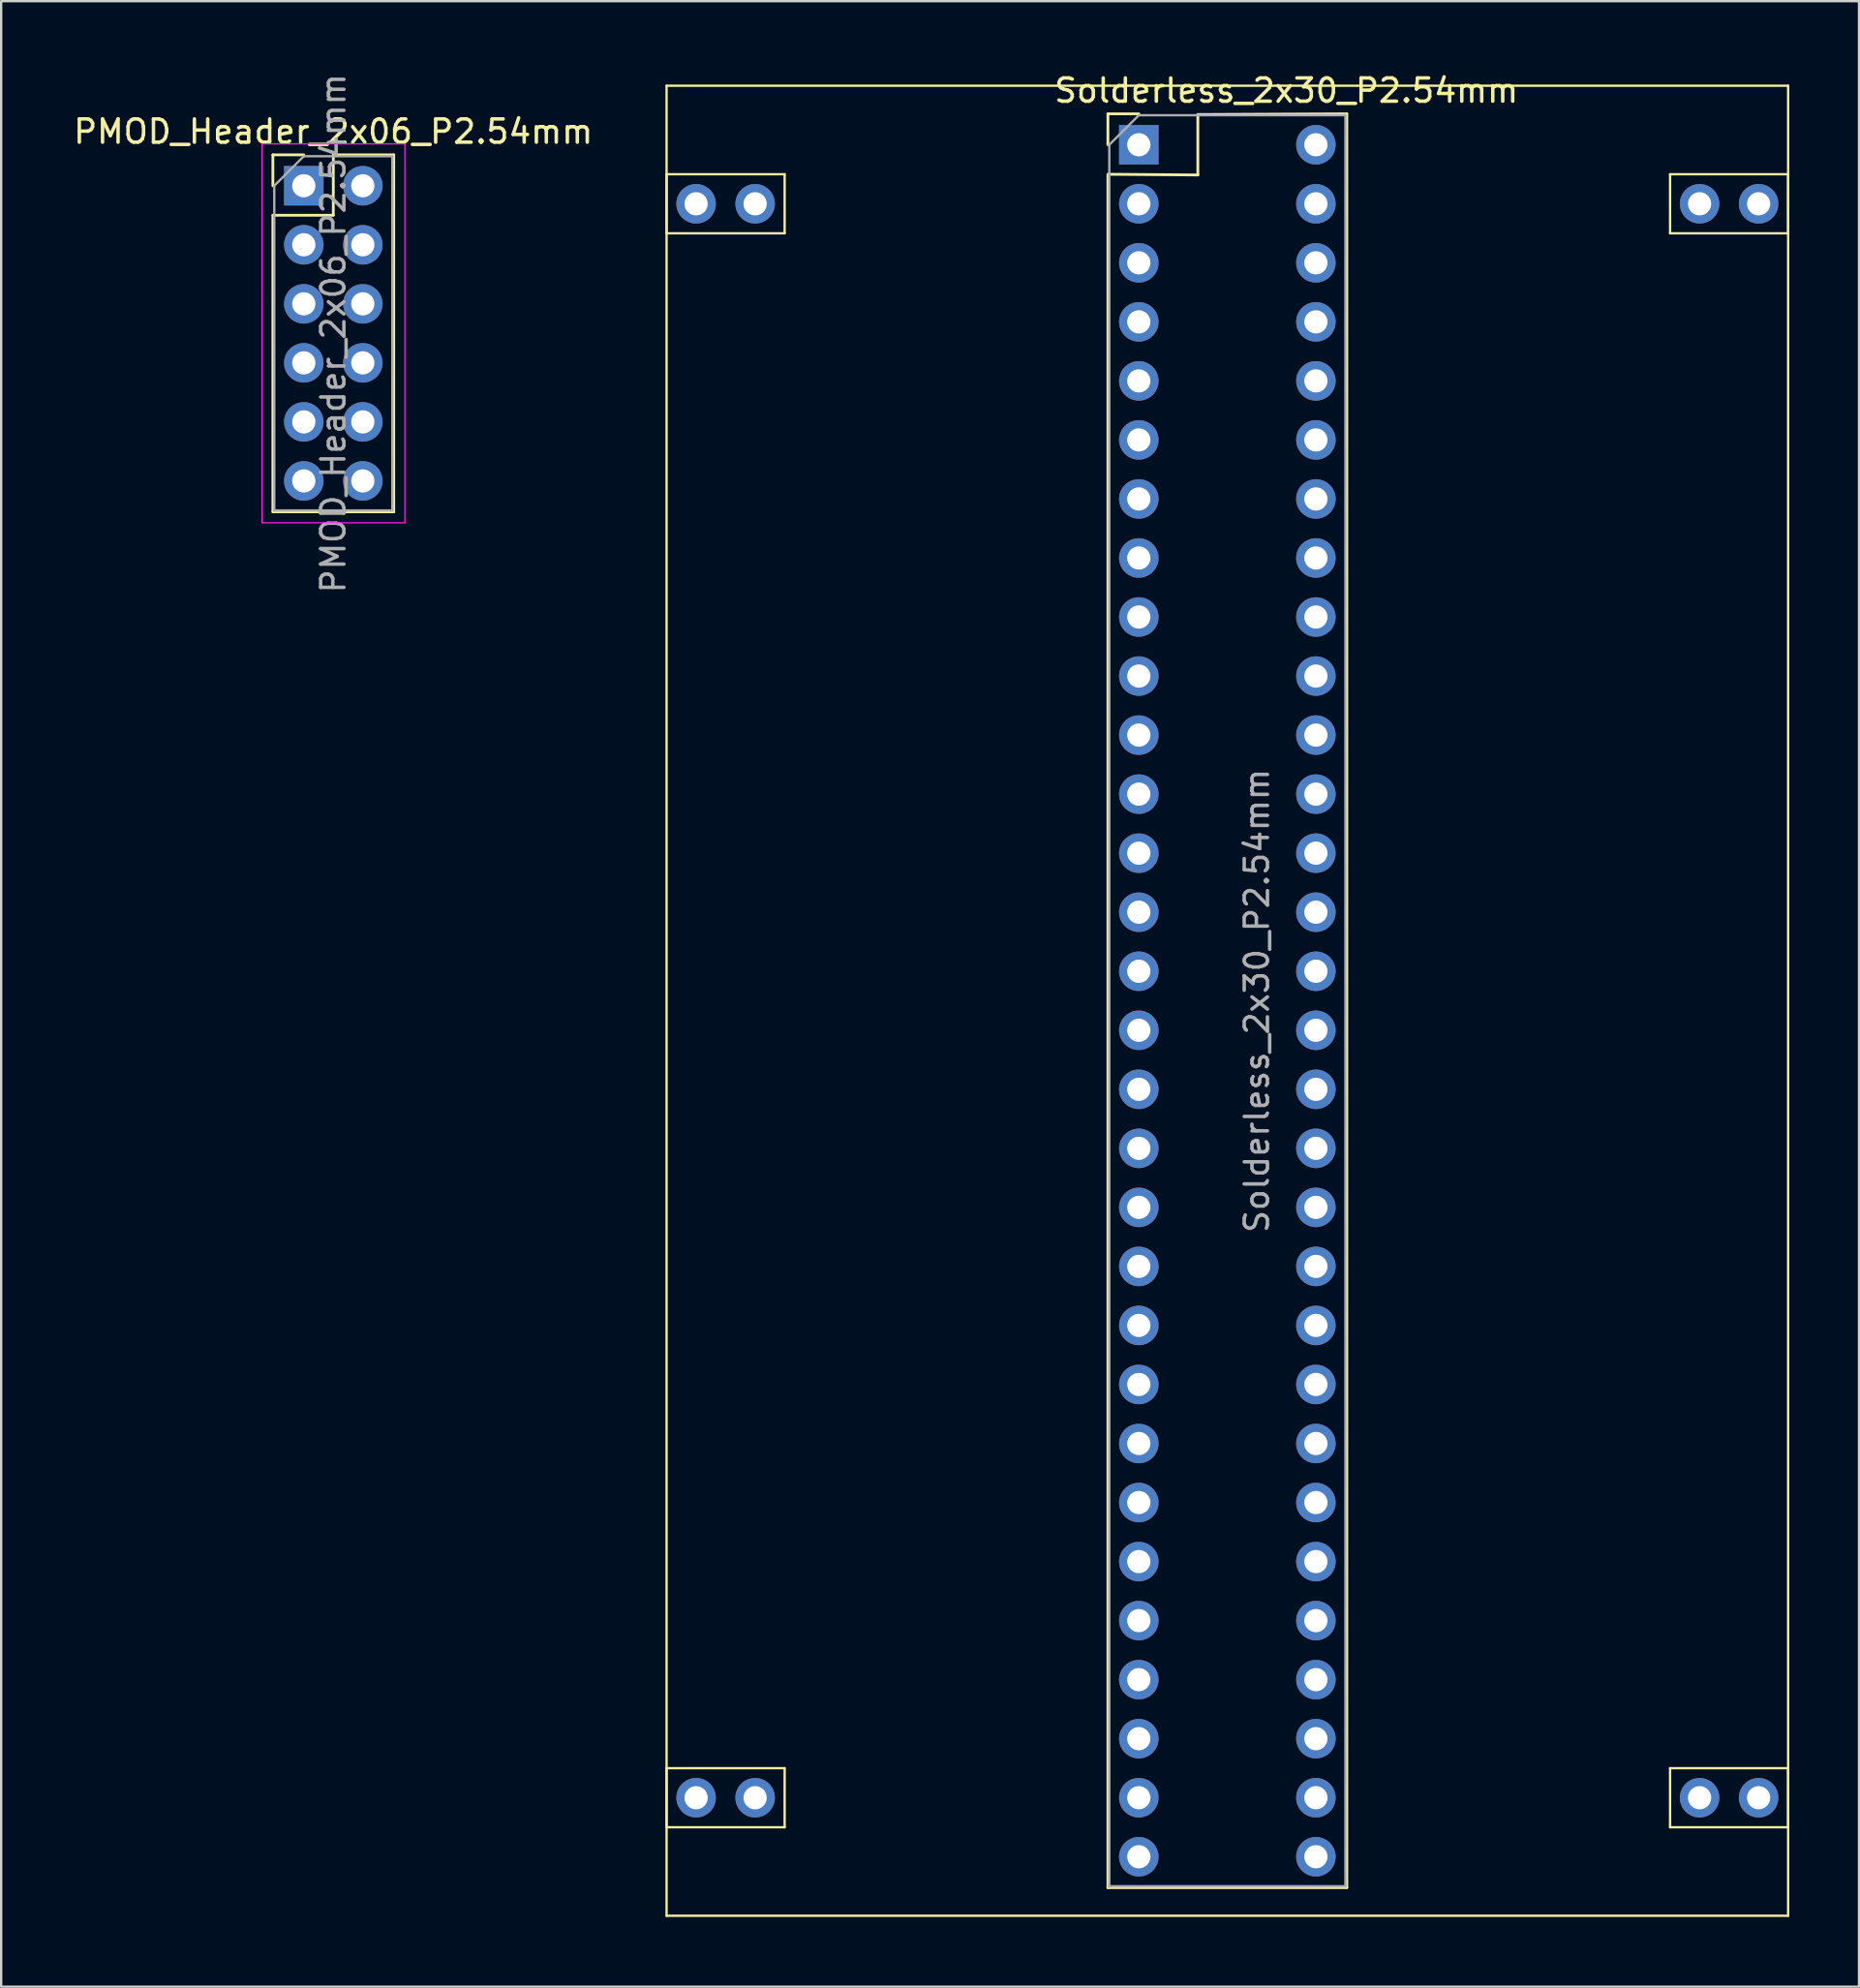
<source format=kicad_pcb>
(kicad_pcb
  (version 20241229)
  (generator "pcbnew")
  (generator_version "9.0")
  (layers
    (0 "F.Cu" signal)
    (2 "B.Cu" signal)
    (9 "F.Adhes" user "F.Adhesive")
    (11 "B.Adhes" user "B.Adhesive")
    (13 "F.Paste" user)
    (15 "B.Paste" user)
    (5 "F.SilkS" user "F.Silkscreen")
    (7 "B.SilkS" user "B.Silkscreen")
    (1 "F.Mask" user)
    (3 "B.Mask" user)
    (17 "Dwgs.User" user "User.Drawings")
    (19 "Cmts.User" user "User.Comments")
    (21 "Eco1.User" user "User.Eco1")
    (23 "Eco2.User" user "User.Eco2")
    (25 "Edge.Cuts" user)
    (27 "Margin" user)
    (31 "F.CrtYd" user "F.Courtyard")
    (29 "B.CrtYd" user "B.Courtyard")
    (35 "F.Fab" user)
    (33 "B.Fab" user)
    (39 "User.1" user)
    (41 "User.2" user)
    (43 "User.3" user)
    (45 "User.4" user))
  (footprint "PMOD_Header_2x06_P2.54mm"
    (layer "F.Cu")
    (at 10.022 4.942)
    (property "Reference" "PMOD_Header_2x06_P2.54mm" (at 1.27 -2.33 0) (layer "F.SilkS") (effects (font (size 1 1) (thickness 0.15))))
    (attr through_hole)
    (fp_line (start -1.33 -1.33) (end 0 -1.33) (stroke (width 0.12) (type solid)) (layer "F.SilkS"))
    (fp_line (start -1.33 0) (end -1.33 -1.33) (stroke (width 0.12) (type solid)) (layer "F.SilkS"))
    (fp_line (start -1.33 1.27) (end -1.33 14.03) (stroke (width 0.12) (type solid)) (layer "F.SilkS"))
    (fp_line (start -1.33 1.27) (end 1.27 1.27) (stroke (width 0.12) (type solid)) (layer "F.SilkS"))
    (fp_line (start -1.33 14.03) (end 3.87 14.03) (stroke (width 0.12) (type solid)) (layer "F.SilkS"))
    (fp_line (start 1.27 -1.33) (end 3.87 -1.33) (stroke (width 0.12) (type solid)) (layer "F.SilkS"))
    (fp_line (start 1.27 1.27) (end 1.27 -1.33) (stroke (width 0.12) (type solid)) (layer "F.SilkS"))
    (fp_line (start 3.87 -1.33) (end 3.87 14.03) (stroke (width 0.12) (type solid)) (layer "F.SilkS"))
    (fp_line (start -1.8 -1.8) (end -1.8 14.5) (stroke (width 0.05) (type solid)) (layer "F.CrtYd"))
    (fp_line (start -1.8 14.5) (end 4.35 14.5) (stroke (width 0.05) (type solid)) (layer "F.CrtYd"))
    (fp_line (start 4.35 -1.8) (end -1.8 -1.8) (stroke (width 0.05) (type solid)) (layer "F.CrtYd"))
    (fp_line (start 4.35 14.5) (end 4.35 -1.8) (stroke (width 0.05) (type solid)) (layer "F.CrtYd"))
    (fp_line (start -1.27 0) (end 0 -1.27) (stroke (width 0.1) (type solid)) (layer "F.Fab"))
    (fp_line (start -1.27 13.97) (end -1.27 0) (stroke (width 0.1) (type solid)) (layer "F.Fab"))
    (fp_line (start 0 -1.27) (end 3.81 -1.27) (stroke (width 0.1) (type solid)) (layer "F.Fab"))
    (fp_line (start 3.81 -1.27) (end 3.81 13.97) (stroke (width 0.1) (type solid)) (layer "F.Fab"))
    (fp_line (start 3.81 13.97) (end -1.27 13.97) (stroke (width 0.1) (type solid)) (layer "F.Fab"))
    (fp_text user "${REFERENCE}" (at 1.27 6.35 90) (layer "F.Fab") (effects (font (size 1 1) (thickness 0.15))))
    (pad "1" thru_hole rect (at 0 0) (size 1.7 1.7) (drill 1) (layers "*.Cu" "*.Mask"))
    (pad "2" thru_hole oval (at 0 5.08) (size 1.7 1.7) (drill 1) (layers "*.Cu" "*.Mask"))
    (pad "3" thru_hole oval (at 0 2.54) (size 1.7 1.7) (drill 1) (layers "*.Cu" "*.Mask"))
    (pad "4" thru_hole oval (at 0 7.62) (size 1.7 1.7) (drill 1) (layers "*.Cu" "*.Mask"))
    (pad "5" thru_hole oval (at 0 10.16) (size 1.7 1.7) (drill 1) (layers "*.Cu" "*.Mask"))
    (pad "6" thru_hole oval (at 0 12.7) (size 1.7 1.7) (drill 1) (layers "*.Cu" "*.Mask"))
    (pad "7" thru_hole oval (at 2.54 0) (size 1.7 1.7) (drill 1) (layers "*.Cu" "*.Mask"))
    (pad "8" thru_hole oval (at 2.54 2.54) (size 1.7 1.7) (drill 1) (layers "*.Cu" "*.Mask"))
    (pad "9" thru_hole oval (at 2.54 5.08) (size 1.7 1.7) (drill 1) (layers "*.Cu" "*.Mask"))
    (pad "10" thru_hole oval (at 2.54 7.62) (size 1.7 1.7) (drill 1) (layers "*.Cu" "*.Mask"))
    (pad "11" thru_hole oval (at 2.54 10.16) (size 1.7 1.7) (drill 1) (layers "*.Cu" "*.Mask"))
    (pad "12" thru_hole oval (at 2.54 12.7) (size 1.7 1.7) (drill 1) (layers "*.Cu" "*.Mask")))
  (footprint "Solderless_2x30_P2.54mm"
    (layer "F.Cu")
    (at 45.953 3.178)
    (property "Reference" "Solderless_2x30_P2.54mm" (at 6.35 -2.33 0) (layer "F.SilkS") (effects (font (size 1 1) (thickness 0.15))))
    (attr through_hole)
    (fp_line (start -20.32 -2.54) (end -20.32 76.2) (stroke (width 0.1) (type default)) (layer "F.SilkS"))
    (fp_line (start -20.32 1.27) (end -20.32 3.81) (stroke (width 0.1) (type default)) (layer "F.SilkS"))
    (fp_line (start -20.32 1.27) (end -15.24 1.27) (stroke (width 0.1) (type default)) (layer "F.SilkS"))
    (fp_line (start -20.32 3.81) (end -15.24 3.81) (stroke (width 0.1) (type default)) (layer "F.SilkS"))
    (fp_line (start -20.32 69.85) (end -20.32 72.39) (stroke (width 0.1) (type default)) (layer "F.SilkS"))
    (fp_line (start -20.32 69.85) (end -15.24 69.85) (stroke (width 0.1) (type default)) (layer "F.SilkS"))
    (fp_line (start -20.32 72.39) (end -15.24 72.39) (stroke (width 0.1) (type default)) (layer "F.SilkS"))
    (fp_line (start -20.32 76.2) (end 27.94 76.2) (stroke (width 0.1) (type default)) (layer "F.SilkS"))
    (fp_line (start -15.24 1.27) (end -15.24 3.81) (stroke (width 0.1) (type default)) (layer "F.SilkS"))
    (fp_line (start -15.24 69.85) (end -15.24 72.39) (stroke (width 0.1) (type default)) (layer "F.SilkS"))
    (fp_line (start -1.33 -1.33) (end 0 -1.33) (stroke (width 0.12) (type solid)) (layer "F.SilkS"))
    (fp_line (start -1.33 0) (end -1.33 -1.33) (stroke (width 0.12) (type solid)) (layer "F.SilkS"))
    (fp_line (start -1.33 1.27) (end -1.33 74.99) (stroke (width 0.12) (type solid)) (layer "F.SilkS"))
    (fp_line (start -1.33 74.99) (end 8.95 74.99) (stroke (width 0.12) (type solid)) (layer "F.SilkS"))
    (fp_line (start -1.3 1.27) (end 2.54 1.3) (stroke (width 0.12) (type solid)) (layer "F.SilkS"))
    (fp_line (start 2.54 -1.3) (end 8.95 -1.33) (stroke (width 0.12) (type solid)) (layer "F.SilkS"))
    (fp_line (start 2.54 1.3) (end 2.54 -1.3) (stroke (width 0.12) (type solid)) (layer "F.SilkS"))
    (fp_line (start 8.95 -1.33) (end 8.95 74.99) (stroke (width 0.12) (type solid)) (layer "F.SilkS"))
    (fp_line (start 22.86 1.27) (end 22.86 3.81) (stroke (width 0.1) (type default)) (layer "F.SilkS"))
    (fp_line (start 22.86 1.27) (end 27.94 1.27) (stroke (width 0.1) (type default)) (layer "F.SilkS"))
    (fp_line (start 22.86 3.81) (end 27.94 3.81) (stroke (width 0.1) (type default)) (layer "F.SilkS"))
    (fp_line (start 22.86 69.85) (end 22.86 72.39) (stroke (width 0.1) (type default)) (layer "F.SilkS"))
    (fp_line (start 22.86 69.85) (end 27.94 69.85) (stroke (width 0.1) (type default)) (layer "F.SilkS"))
    (fp_line (start 22.86 72.39) (end 27.94 72.39) (stroke (width 0.1) (type default)) (layer "F.SilkS"))
    (fp_line (start 27.94 -2.54) (end -20.32 -2.54) (stroke (width 0.1) (type default)) (layer "F.SilkS"))
    (fp_line (start 27.94 1.27) (end 27.94 3.81) (stroke (width 0.1) (type default)) (layer "F.SilkS"))
    (fp_line (start 27.94 69.85) (end 27.94 72.39) (stroke (width 0.1) (type default)) (layer "F.SilkS"))
    (fp_line (start 27.94 76.2) (end 27.94 -2.54) (stroke (width 0.1) (type default)) (layer "F.SilkS"))
    (fp_line (start -1.27 0) (end 0 -1.27) (stroke (width 0.1) (type solid)) (layer "F.Fab"))
    (fp_line (start -1.27 74.93) (end -1.27 0) (stroke (width 0.1) (type solid)) (layer "F.Fab"))
    (fp_line (start 0 -1.27) (end 8.89 -1.27) (stroke (width 0.1) (type solid)) (layer "F.Fab"))
    (fp_line (start 8.89 -1.27) (end 8.89 74.93) (stroke (width 0.1) (type solid)) (layer "F.Fab"))
    (fp_line (start 8.89 74.93) (end -1.27 74.93) (stroke (width 0.1) (type solid)) (layer "F.Fab"))
    (fp_text user "${REFERENCE}" (at 5.08 36.83 90) (layer "F.Fab") (effects (font (size 1 1) (thickness 0.15))))
    (pad "1" thru_hole rect (at 0 0) (size 1.7 1.7) (drill 1) (layers "*.Cu" "*.Mask"))
    (pad "2" thru_hole oval (at 0 2.54) (size 1.7 1.7) (drill 1) (layers "*.Cu" "*.Mask"))
    (pad "3" thru_hole oval (at 0 5.08) (size 1.7 1.7) (drill 1) (layers "*.Cu" "*.Mask"))
    (pad "4" thru_hole oval (at 0 7.62) (size 1.7 1.7) (drill 1) (layers "*.Cu" "*.Mask"))
    (pad "5" thru_hole oval (at 0 10.16) (size 1.7 1.7) (drill 1) (layers "*.Cu" "*.Mask"))
    (pad "6" thru_hole oval (at 0 12.7) (size 1.7 1.7) (drill 1) (layers "*.Cu" "*.Mask"))
    (pad "7" thru_hole oval (at 0 15.24) (size 1.7 1.7) (drill 1) (layers "*.Cu" "*.Mask"))
    (pad "8" thru_hole oval (at 0 17.78) (size 1.7 1.7) (drill 1) (layers "*.Cu" "*.Mask"))
    (pad "9" thru_hole oval (at 0 20.32) (size 1.7 1.7) (drill 1) (layers "*.Cu" "*.Mask"))
    (pad "10" thru_hole oval (at 0 22.86) (size 1.7 1.7) (drill 1) (layers "*.Cu" "*.Mask"))
    (pad "11" thru_hole oval (at 0 25.4) (size 1.7 1.7) (drill 1) (layers "*.Cu" "*.Mask"))
    (pad "12" thru_hole oval (at 0 27.94) (size 1.7 1.7) (drill 1) (layers "*.Cu" "*.Mask"))
    (pad "13" thru_hole oval (at 0 30.48) (size 1.7 1.7) (drill 1) (layers "*.Cu" "*.Mask"))
    (pad "14" thru_hole oval (at 0 33.02) (size 1.7 1.7) (drill 1) (layers "*.Cu" "*.Mask"))
    (pad "15" thru_hole oval (at 0 35.56) (size 1.7 1.7) (drill 1) (layers "*.Cu" "*.Mask"))
    (pad "16" thru_hole oval (at 0 38.1) (size 1.7 1.7) (drill 1) (layers "*.Cu" "*.Mask"))
    (pad "17" thru_hole oval (at 0 40.64) (size 1.7 1.7) (drill 1) (layers "*.Cu" "*.Mask"))
    (pad "18" thru_hole oval (at 0 43.18) (size 1.7 1.7) (drill 1) (layers "*.Cu" "*.Mask"))
    (pad "19" thru_hole oval (at 0 45.72) (size 1.7 1.7) (drill 1) (layers "*.Cu" "*.Mask"))
    (pad "20" thru_hole oval (at 0 48.26) (size 1.7 1.7) (drill 1) (layers "*.Cu" "*.Mask"))
    (pad "21" thru_hole oval (at 0 50.8) (size 1.7 1.7) (drill 1) (layers "*.Cu" "*.Mask"))
    (pad "22" thru_hole oval (at 0 53.34) (size 1.7 1.7) (drill 1) (layers "*.Cu" "*.Mask"))
    (pad "23" thru_hole oval (at 0 55.88) (size 1.7 1.7) (drill 1) (layers "*.Cu" "*.Mask"))
    (pad "24" thru_hole oval (at 0 58.42) (size 1.7 1.7) (drill 1) (layers "*.Cu" "*.Mask"))
    (pad "25" thru_hole oval (at 0 60.96) (size 1.7 1.7) (drill 1) (layers "*.Cu" "*.Mask"))
    (pad "26" thru_hole oval (at 0 63.5) (size 1.7 1.7) (drill 1) (layers "*.Cu" "*.Mask"))
    (pad "27" thru_hole oval (at 0 66.04) (size 1.7 1.7) (drill 1) (layers "*.Cu" "*.Mask"))
    (pad "28" thru_hole oval (at 0 68.58) (size 1.7 1.7) (drill 1) (layers "*.Cu" "*.Mask"))
    (pad "29" thru_hole oval (at 0 71.12) (size 1.7 1.7) (drill 1) (layers "*.Cu" "*.Mask"))
    (pad "30" thru_hole oval (at 0 73.66) (size 1.7 1.7) (drill 1) (layers "*.Cu" "*.Mask"))
    (pad "31" thru_hole oval (at 7.62 0) (size 1.7 1.7) (drill 1) (layers "*.Cu" "*.Mask"))
    (pad "32" thru_hole oval (at 7.62 2.54) (size 1.7 1.7) (drill 1) (layers "*.Cu" "*.Mask"))
    (pad "33" thru_hole oval (at 7.62 5.08) (size 1.7 1.7) (drill 1) (layers "*.Cu" "*.Mask"))
    (pad "34" thru_hole oval (at 7.62 7.62) (size 1.7 1.7) (drill 1) (layers "*.Cu" "*.Mask"))
    (pad "35" thru_hole oval (at 7.62 10.16) (size 1.7 1.7) (drill 1) (layers "*.Cu" "*.Mask"))
    (pad "36" thru_hole oval (at 7.62 12.7) (size 1.7 1.7) (drill 1) (layers "*.Cu" "*.Mask"))
    (pad "37" thru_hole oval (at 7.62 15.24) (size 1.7 1.7) (drill 1) (layers "*.Cu" "*.Mask"))
    (pad "38" thru_hole oval (at 7.62 17.78) (size 1.7 1.7) (drill 1) (layers "*.Cu" "*.Mask"))
    (pad "39" thru_hole oval (at 7.62 20.32) (size 1.7 1.7) (drill 1) (layers "*.Cu" "*.Mask"))
    (pad "40" thru_hole oval (at 7.62 22.86) (size 1.7 1.7) (drill 1) (layers "*.Cu" "*.Mask"))
    (pad "41" thru_hole oval (at 7.62 25.4) (size 1.7 1.7) (drill 1) (layers "*.Cu" "*.Mask"))
    (pad "42" thru_hole oval (at 7.62 27.94) (size 1.7 1.7) (drill 1) (layers "*.Cu" "*.Mask"))
    (pad "43" thru_hole oval (at 7.62 30.48) (size 1.7 1.7) (drill 1) (layers "*.Cu" "*.Mask"))
    (pad "44" thru_hole oval (at 7.62 33.02) (size 1.7 1.7) (drill 1) (layers "*.Cu" "*.Mask"))
    (pad "45" thru_hole oval (at 7.62 35.56) (size 1.7 1.7) (drill 1) (layers "*.Cu" "*.Mask"))
    (pad "46" thru_hole oval (at 7.62 38.1) (size 1.7 1.7) (drill 1) (layers "*.Cu" "*.Mask"))
    (pad "47" thru_hole oval (at 7.62 40.64) (size 1.7 1.7) (drill 1) (layers "*.Cu" "*.Mask"))
    (pad "48" thru_hole oval (at 7.62 43.18) (size 1.7 1.7) (drill 1) (layers "*.Cu" "*.Mask"))
    (pad "49" thru_hole oval (at 7.62 45.72) (size 1.7 1.7) (drill 1) (layers "*.Cu" "*.Mask"))
    (pad "50" thru_hole oval (at 7.62 48.26) (size 1.7 1.7) (drill 1) (layers "*.Cu" "*.Mask"))
    (pad "51" thru_hole oval (at 7.62 50.8) (size 1.7 1.7) (drill 1) (layers "*.Cu" "*.Mask"))
    (pad "52" thru_hole oval (at 7.62 53.34) (size 1.7 1.7) (drill 1) (layers "*.Cu" "*.Mask"))
    (pad "53" thru_hole oval (at 7.62 55.88) (size 1.7 1.7) (drill 1) (layers "*.Cu" "*.Mask"))
    (pad "54" thru_hole oval (at 7.62 58.42) (size 1.7 1.7) (drill 1) (layers "*.Cu" "*.Mask"))
    (pad "55" thru_hole oval (at 7.62 60.96) (size 1.7 1.7) (drill 1) (layers "*.Cu" "*.Mask"))
    (pad "56" thru_hole oval (at 7.62 63.5) (size 1.7 1.7) (drill 1) (layers "*.Cu" "*.Mask"))
    (pad "57" thru_hole oval (at 7.62 66.04) (size 1.7 1.7) (drill 1) (layers "*.Cu" "*.Mask"))
    (pad "58" thru_hole oval (at 7.62 68.58) (size 1.7 1.7) (drill 1) (layers "*.Cu" "*.Mask"))
    (pad "59" thru_hole oval (at 7.62 71.12) (size 1.7 1.7) (drill 1) (layers "*.Cu" "*.Mask"))
    (pad "60" thru_hole oval (at 7.62 73.66) (size 1.7 1.7) (drill 1) (layers "*.Cu" "*.Mask"))
    (pad "61" thru_hole oval (at -16.51 2.54) (size 1.7 1.7) (drill 1) (layers "*.Cu" "*.Mask"))
    (pad "62" thru_hole oval (at -19.05 2.54) (size 1.7 1.7) (drill 1) (layers "*.Cu" "*.Mask"))
    (pad "63" thru_hole oval (at 26.67 2.54) (size 1.7 1.7) (drill 1) (layers "*.Cu" "*.Mask"))
    (pad "64" thru_hole oval (at 24.13 2.54) (size 1.7 1.7) (drill 1) (layers "*.Cu" "*.Mask"))
    (pad "65" thru_hole oval (at -16.51 71.12) (size 1.7 1.7) (drill 1) (layers "*.Cu" "*.Mask"))
    (pad "66" thru_hole oval (at -19.05 71.12) (size 1.7 1.7) (drill 1) (layers "*.Cu" "*.Mask"))
    (pad "67" thru_hole oval (at 26.67 71.12) (size 1.7 1.7) (drill 1) (layers "*.Cu" "*.Mask"))
    (pad "68" thru_hole oval (at 24.13 71.12) (size 1.7 1.7) (drill 1) (layers "*.Cu" "*.Mask")))
  (gr_rect
    (start -3 -3)
    (end 76.943 82.428)
    (stroke (width 0.1) (type default))
    (fill no)
    (layer "Edge.Cuts")))
</source>
